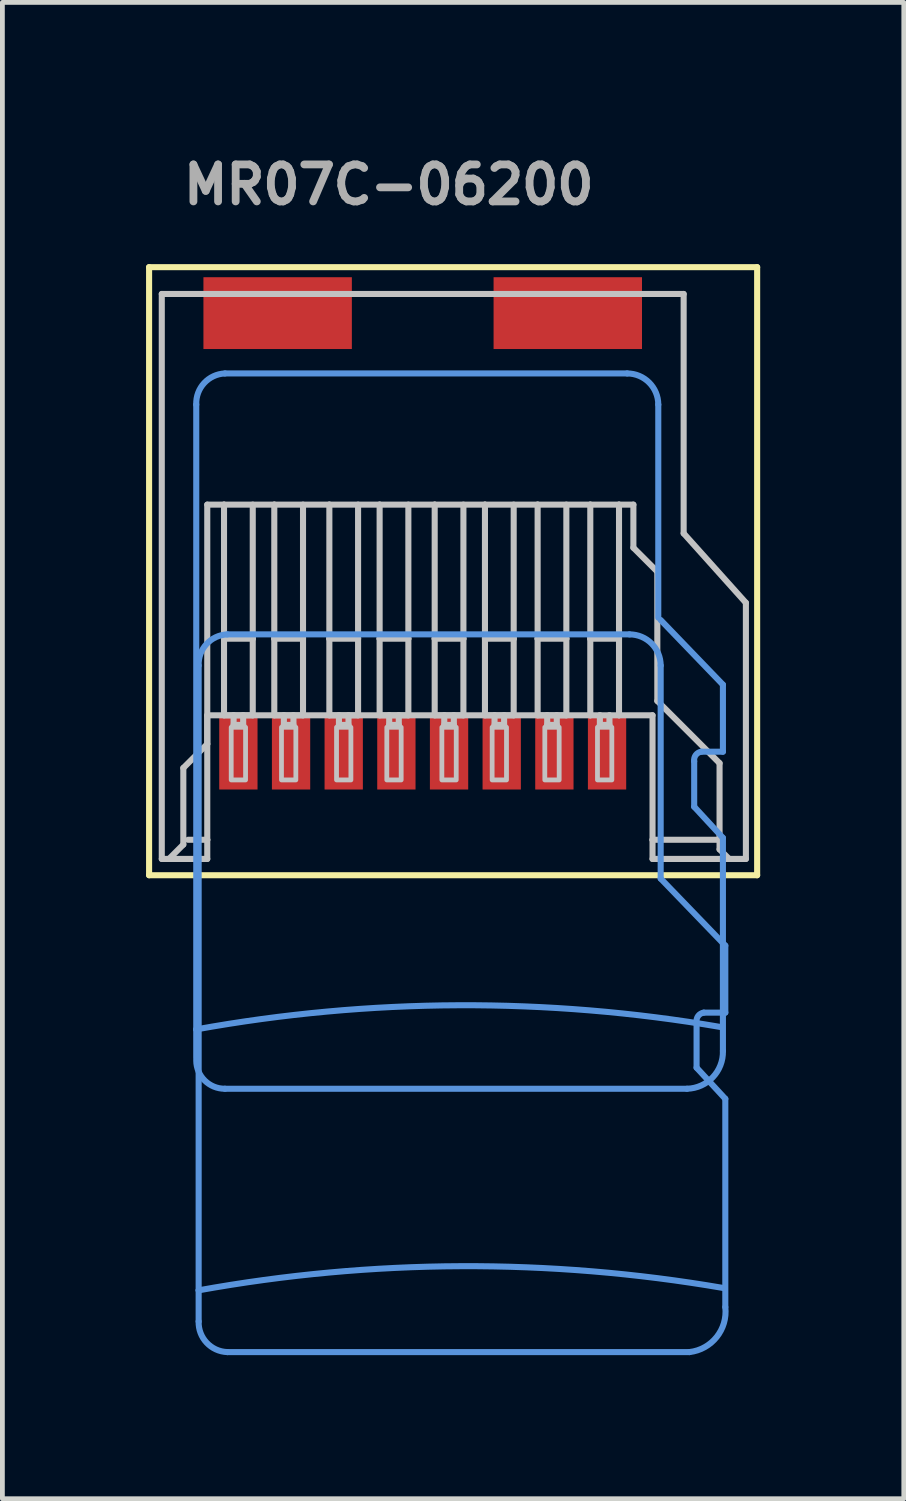
<source format=kicad_pcb>
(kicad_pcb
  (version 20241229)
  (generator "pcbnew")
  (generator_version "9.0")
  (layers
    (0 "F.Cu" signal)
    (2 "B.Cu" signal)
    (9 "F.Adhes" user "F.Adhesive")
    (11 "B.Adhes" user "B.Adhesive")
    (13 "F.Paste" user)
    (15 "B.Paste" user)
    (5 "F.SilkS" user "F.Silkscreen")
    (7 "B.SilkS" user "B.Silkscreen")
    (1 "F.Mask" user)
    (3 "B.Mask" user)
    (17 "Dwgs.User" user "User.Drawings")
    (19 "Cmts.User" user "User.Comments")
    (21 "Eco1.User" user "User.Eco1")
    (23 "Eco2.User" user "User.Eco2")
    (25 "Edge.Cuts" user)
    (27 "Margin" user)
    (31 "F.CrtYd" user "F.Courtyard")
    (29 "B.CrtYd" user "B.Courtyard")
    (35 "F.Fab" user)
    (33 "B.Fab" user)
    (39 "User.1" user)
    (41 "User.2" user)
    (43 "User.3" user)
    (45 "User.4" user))
  (footprint "MR07C-06200"
    (layer "F.Cu")
    (at 5.779 12.69)
    (property "Reference" "MR07C-06200" (at -5.08 -11.43 0) (layer "F.Fab") (effects (font (size 0.772 0.772) (thickness 0.163)) (justify left bottom)))
    (attr through_hole)
    (fp_line (start -5.715 -10.16) (end 6.985 -10.16) (stroke (width 0.127) (type solid)) (layer "F.SilkS"))
    (fp_line (start -5.715 2.54) (end -5.715 -10.16) (stroke (width 0.127) (type solid)) (layer "F.SilkS"))
    (fp_line (start 6.985 -10.16) (end 6.985 2.54) (stroke (width 0.127) (type solid)) (layer "F.SilkS"))
    (fp_line (start 6.985 2.54) (end -5.715 2.54) (stroke (width 0.127) (type solid)) (layer "F.SilkS"))
    (fp_line (start -5.45 2.2) (end -5.45 -9.6) (stroke (width 0.127) (type solid)) (layer "Dwgs.User"))
    (fp_line (start -5.45 2.2) (end -5.3 2.2) (stroke (width 0.127) (type solid)) (layer "Dwgs.User"))
    (fp_line (start -5.3 2.2) (end -4.5 2.2) (stroke (width 0.127) (type solid)) (layer "Dwgs.User"))
    (fp_line (start -5 0.3) (end -5 1.9) (stroke (width 0.127) (type solid)) (layer "Dwgs.User"))
    (fp_line (start -5 1.9) (end -5.3 2.2) (stroke (width 0.127) (type solid)) (layer "Dwgs.User"))
    (fp_line (start -4.5 -5.2) (end -4.5 -0.2) (stroke (width 0.127) (type solid)) (layer "Dwgs.User"))
    (fp_line (start -4.5 -0.8) (end -4.5 1.8) (stroke (width 0.127) (type solid)) (layer "Dwgs.User"))
    (fp_line (start -4.5 -0.2) (end -5 0.3) (stroke (width 0.127) (type solid)) (layer "Dwgs.User"))
    (fp_line (start -4.5 1.8) (end -4.9 1.8) (stroke (width 0.127) (type solid)) (layer "Dwgs.User"))
    (fp_line (start -4.5 1.8) (end -4.5 2.2) (stroke (width 0.127) (type solid)) (layer "Dwgs.User"))
    (fp_line (start -4.15 -5.2) (end -4.5 -5.2) (stroke (width 0.127) (type solid)) (layer "Dwgs.User"))
    (fp_line (start -4.15 -2.4) (end -4.15 -5.2) (stroke (width 0.127) (type solid)) (layer "Dwgs.User"))
    (fp_line (start -4.15 -0.8) (end -4.15 -2.4) (stroke (width 0.127) (type solid)) (layer "Dwgs.User"))
    (fp_line (start -3.95 -0.8) (end -4.15 -0.8) (stroke (width 0.127) (type solid)) (layer "Dwgs.User"))
    (fp_line (start -3.95 -0.6) (end -3.95 -0.8) (stroke (width 0.127) (type solid)) (layer "Dwgs.User"))
    (fp_line (start -3.75 -0.8) (end -3.95 -0.8) (stroke (width 0.127) (type solid)) (layer "Dwgs.User"))
    (fp_line (start -3.75 -0.8) (end -3.75 -0.6) (stroke (width 0.127) (type solid)) (layer "Dwgs.User"))
    (fp_line (start -3.75 -0.6) (end -3.95 -0.6) (stroke (width 0.127) (type solid)) (layer "Dwgs.User"))
    (fp_line (start -3.55 -5.2) (end -3.55 -2.4) (stroke (width 0.127) (type solid)) (layer "Dwgs.User"))
    (fp_line (start -3.55 -2.4) (end -4.15 -2.4) (stroke (width 0.127) (type solid)) (layer "Dwgs.User"))
    (fp_line (start -3.55 -2.4) (end -3.55 -0.8) (stroke (width 0.127) (type solid)) (layer "Dwgs.User"))
    (fp_line (start -3.55 -0.8) (end -3.75 -0.8) (stroke (width 0.127) (type solid)) (layer "Dwgs.User"))
    (fp_line (start -3.1 -5.2) (end -4.15 -5.2) (stroke (width 0.127) (type solid)) (layer "Dwgs.User"))
    (fp_line (start -3.1 -2.4) (end -3.1 -5.2) (stroke (width 0.127) (type solid)) (layer "Dwgs.User"))
    (fp_line (start -3.1 -0.8) (end -3.1 -2.4) (stroke (width 0.127) (type solid)) (layer "Dwgs.User"))
    (fp_line (start -2.9 -0.8) (end -3.1 -0.8) (stroke (width 0.127) (type solid)) (layer "Dwgs.User"))
    (fp_line (start -2.9 -0.6) (end -2.9 -0.8) (stroke (width 0.127) (type solid)) (layer "Dwgs.User"))
    (fp_line (start -2.7 -0.8) (end -2.9 -0.8) (stroke (width 0.127) (type solid)) (layer "Dwgs.User"))
    (fp_line (start -2.7 -0.8) (end -2.7 -0.6) (stroke (width 0.127) (type solid)) (layer "Dwgs.User"))
    (fp_line (start -2.7 -0.6) (end -2.9 -0.6) (stroke (width 0.127) (type solid)) (layer "Dwgs.User"))
    (fp_line (start -2.5 -5.2) (end -2.5 -2.4) (stroke (width 0.127) (type solid)) (layer "Dwgs.User"))
    (fp_line (start -2.5 -2.4) (end -3.1 -2.4) (stroke (width 0.127) (type solid)) (layer "Dwgs.User"))
    (fp_line (start -2.5 -2.4) (end -2.5 -0.8) (stroke (width 0.127) (type solid)) (layer "Dwgs.User"))
    (fp_line (start -2.5 -0.8) (end -2.7 -0.8) (stroke (width 0.127) (type solid)) (layer "Dwgs.User"))
    (fp_line (start -1.95 -5.2) (end -3.1 -5.2) (stroke (width 0.127) (type solid)) (layer "Dwgs.User"))
    (fp_line (start -1.95 -2.4) (end -1.95 -5.2) (stroke (width 0.127) (type solid)) (layer "Dwgs.User"))
    (fp_line (start -1.95 -0.8) (end -1.95 -2.4) (stroke (width 0.127) (type solid)) (layer "Dwgs.User"))
    (fp_line (start -1.75 -0.8) (end -1.95 -0.8) (stroke (width 0.127) (type solid)) (layer "Dwgs.User"))
    (fp_line (start -1.75 -0.6) (end -1.75 -0.8) (stroke (width 0.127) (type solid)) (layer "Dwgs.User"))
    (fp_line (start -1.55 -0.8) (end -1.75 -0.8) (stroke (width 0.127) (type solid)) (layer "Dwgs.User"))
    (fp_line (start -1.55 -0.8) (end -1.55 -0.6) (stroke (width 0.127) (type solid)) (layer "Dwgs.User"))
    (fp_line (start -1.55 -0.6) (end -1.75 -0.6) (stroke (width 0.127) (type solid)) (layer "Dwgs.User"))
    (fp_line (start -1.35 -5.2) (end -1.35 -2.4) (stroke (width 0.127) (type solid)) (layer "Dwgs.User"))
    (fp_line (start -1.35 -2.4) (end -1.95 -2.4) (stroke (width 0.127) (type solid)) (layer "Dwgs.User"))
    (fp_line (start -1.35 -2.4) (end -1.35 -0.8) (stroke (width 0.127) (type solid)) (layer "Dwgs.User"))
    (fp_line (start -1.35 -0.8) (end -1.55 -0.8) (stroke (width 0.127) (type solid)) (layer "Dwgs.User"))
    (fp_line (start -0.9 -5.2) (end -1.95 -5.2) (stroke (width 0.127) (type solid)) (layer "Dwgs.User"))
    (fp_line (start -0.9 -2.4) (end -0.9 -5.2) (stroke (width 0.127) (type solid)) (layer "Dwgs.User"))
    (fp_line (start -0.9 -0.8) (end -0.9 -2.4) (stroke (width 0.127) (type solid)) (layer "Dwgs.User"))
    (fp_line (start -0.7 -0.8) (end -0.9 -0.8) (stroke (width 0.127) (type solid)) (layer "Dwgs.User"))
    (fp_line (start -0.7 -0.6) (end -0.7 -0.8) (stroke (width 0.127) (type solid)) (layer "Dwgs.User"))
    (fp_line (start -0.5 -0.8) (end -0.7 -0.8) (stroke (width 0.127) (type solid)) (layer "Dwgs.User"))
    (fp_line (start -0.5 -0.8) (end -0.5 -0.6) (stroke (width 0.127) (type solid)) (layer "Dwgs.User"))
    (fp_line (start -0.5 -0.6) (end -0.7 -0.6) (stroke (width 0.127) (type solid)) (layer "Dwgs.User"))
    (fp_line (start -0.3 -5.2) (end -0.3 -2.4) (stroke (width 0.127) (type solid)) (layer "Dwgs.User"))
    (fp_line (start -0.3 -2.4) (end -0.9 -2.4) (stroke (width 0.127) (type solid)) (layer "Dwgs.User"))
    (fp_line (start -0.3 -2.4) (end -0.3 -0.8) (stroke (width 0.127) (type solid)) (layer "Dwgs.User"))
    (fp_line (start -0.3 -0.8) (end -0.5 -0.8) (stroke (width 0.127) (type solid)) (layer "Dwgs.User"))
    (fp_line (start 0.25 -5.2) (end -0.9 -5.2) (stroke (width 0.127) (type solid)) (layer "Dwgs.User"))
    (fp_line (start 0.25 -2.4) (end 0.25 -5.2) (stroke (width 0.127) (type solid)) (layer "Dwgs.User"))
    (fp_line (start 0.25 -0.8) (end 0.25 -2.4) (stroke (width 0.127) (type solid)) (layer "Dwgs.User"))
    (fp_line (start 0.45 -0.8) (end 0.25 -0.8) (stroke (width 0.127) (type solid)) (layer "Dwgs.User"))
    (fp_line (start 0.45 -0.6) (end 0.45 -0.8) (stroke (width 0.127) (type solid)) (layer "Dwgs.User"))
    (fp_line (start 0.65 -0.8) (end 0.45 -0.8) (stroke (width 0.127) (type solid)) (layer "Dwgs.User"))
    (fp_line (start 0.65 -0.8) (end 0.65 -0.6) (stroke (width 0.127) (type solid)) (layer "Dwgs.User"))
    (fp_line (start 0.65 -0.6) (end 0.45 -0.6) (stroke (width 0.127) (type solid)) (layer "Dwgs.User"))
    (fp_line (start 0.85 -5.2) (end 0.85 -2.4) (stroke (width 0.127) (type solid)) (layer "Dwgs.User"))
    (fp_line (start 0.85 -2.4) (end 0.25 -2.4) (stroke (width 0.127) (type solid)) (layer "Dwgs.User"))
    (fp_line (start 0.85 -2.4) (end 0.85 -0.8) (stroke (width 0.127) (type solid)) (layer "Dwgs.User"))
    (fp_line (start 0.85 -0.8) (end 0.65 -0.8) (stroke (width 0.127) (type solid)) (layer "Dwgs.User"))
    (fp_line (start 1.3 -5.2) (end 0.25 -5.2) (stroke (width 0.127) (type solid)) (layer "Dwgs.User"))
    (fp_line (start 1.3 -2.4) (end 1.3 -5.2) (stroke (width 0.127) (type solid)) (layer "Dwgs.User"))
    (fp_line (start 1.3 -0.8) (end 1.3 -2.4) (stroke (width 0.127) (type solid)) (layer "Dwgs.User"))
    (fp_line (start 1.5 -0.8) (end 1.3 -0.8) (stroke (width 0.127) (type solid)) (layer "Dwgs.User"))
    (fp_line (start 1.5 -0.6) (end 1.5 -0.8) (stroke (width 0.127) (type solid)) (layer "Dwgs.User"))
    (fp_line (start 1.7 -0.8) (end 1.5 -0.8) (stroke (width 0.127) (type solid)) (layer "Dwgs.User"))
    (fp_line (start 1.7 -0.8) (end 1.7 -0.6) (stroke (width 0.127) (type solid)) (layer "Dwgs.User"))
    (fp_line (start 1.7 -0.6) (end 1.5 -0.6) (stroke (width 0.127) (type solid)) (layer "Dwgs.User"))
    (fp_line (start 1.9 -5.2) (end 1.9 -2.4) (stroke (width 0.127) (type solid)) (layer "Dwgs.User"))
    (fp_line (start 1.9 -2.4) (end 1.3 -2.4) (stroke (width 0.127) (type solid)) (layer "Dwgs.User"))
    (fp_line (start 1.9 -2.4) (end 1.9 -0.8) (stroke (width 0.127) (type solid)) (layer "Dwgs.User"))
    (fp_line (start 1.9 -0.8) (end 1.7 -0.8) (stroke (width 0.127) (type solid)) (layer "Dwgs.User"))
    (fp_line (start 2.4 -5.2) (end 1.3 -5.2) (stroke (width 0.127) (type solid)) (layer "Dwgs.User"))
    (fp_line (start 2.4 -2.4) (end 2.4 -5.2) (stroke (width 0.127) (type solid)) (layer "Dwgs.User"))
    (fp_line (start 2.4 -0.8) (end 2.4 -2.4) (stroke (width 0.127) (type solid)) (layer "Dwgs.User"))
    (fp_line (start 2.6 -0.8) (end 2.4 -0.8) (stroke (width 0.127) (type solid)) (layer "Dwgs.User"))
    (fp_line (start 2.6 -0.6) (end 2.6 -0.8) (stroke (width 0.127) (type solid)) (layer "Dwgs.User"))
    (fp_line (start 2.8 -0.8) (end 2.6 -0.8) (stroke (width 0.127) (type solid)) (layer "Dwgs.User"))
    (fp_line (start 2.8 -0.8) (end 2.8 -0.6) (stroke (width 0.127) (type solid)) (layer "Dwgs.User"))
    (fp_line (start 2.8 -0.6) (end 2.6 -0.6) (stroke (width 0.127) (type solid)) (layer "Dwgs.User"))
    (fp_line (start 3 -5.2) (end 3 -2.4) (stroke (width 0.127) (type solid)) (layer "Dwgs.User"))
    (fp_line (start 3 -2.4) (end 2.4 -2.4) (stroke (width 0.127) (type solid)) (layer "Dwgs.User"))
    (fp_line (start 3 -2.4) (end 3 -0.8) (stroke (width 0.127) (type solid)) (layer "Dwgs.User"))
    (fp_line (start 3 -0.8) (end 2.8 -0.8) (stroke (width 0.127) (type solid)) (layer "Dwgs.User"))
    (fp_line (start 3.5 -5.2) (end 2.4 -5.2) (stroke (width 0.127) (type solid)) (layer "Dwgs.User"))
    (fp_line (start 3.5 -2.4) (end 3.5 -5.2) (stroke (width 0.127) (type solid)) (layer "Dwgs.User"))
    (fp_line (start 3.5 -0.8) (end -4.5 -0.8) (stroke (width 0.127) (type solid)) (layer "Dwgs.User"))
    (fp_line (start 3.5 -0.8) (end 3.5 -2.4) (stroke (width 0.127) (type solid)) (layer "Dwgs.User"))
    (fp_line (start 3.7 -0.8) (end 3.5 -0.8) (stroke (width 0.127) (type solid)) (layer "Dwgs.User"))
    (fp_line (start 3.7 -0.6) (end 3.7 -0.8) (stroke (width 0.127) (type solid)) (layer "Dwgs.User"))
    (fp_line (start 3.9 -0.8) (end 3.7 -0.8) (stroke (width 0.127) (type solid)) (layer "Dwgs.User"))
    (fp_line (start 3.9 -0.8) (end 3.9 -0.6) (stroke (width 0.127) (type solid)) (layer "Dwgs.User"))
    (fp_line (start 3.9 -0.6) (end 3.7 -0.6) (stroke (width 0.127) (type solid)) (layer "Dwgs.User"))
    (fp_line (start 4.1 -5.2) (end 3.5 -5.2) (stroke (width 0.127) (type solid)) (layer "Dwgs.User"))
    (fp_line (start 4.1 -5.2) (end 4.1 -2.4) (stroke (width 0.127) (type solid)) (layer "Dwgs.User"))
    (fp_line (start 4.1 -2.4) (end 3.5 -2.4) (stroke (width 0.127) (type solid)) (layer "Dwgs.User"))
    (fp_line (start 4.1 -2.4) (end 4.1 -0.8) (stroke (width 0.127) (type solid)) (layer "Dwgs.User"))
    (fp_line (start 4.1 -0.8) (end 3.9 -0.8) (stroke (width 0.127) (type solid)) (layer "Dwgs.User"))
    (fp_line (start 4.4 -5.2) (end 4.1 -5.2) (stroke (width 0.127) (type solid)) (layer "Dwgs.User"))
    (fp_line (start 4.4 -4.3) (end 4.4 -5.2) (stroke (width 0.127) (type solid)) (layer "Dwgs.User"))
    (fp_line (start 4.8 -0.8) (end 4.1 -0.8) (stroke (width 0.127) (type solid)) (layer "Dwgs.User"))
    (fp_line (start 4.8 1.8) (end 4.8 -0.8) (stroke (width 0.127) (type solid)) (layer "Dwgs.User"))
    (fp_line (start 4.8 1.8) (end 6.2 1.8) (stroke (width 0.127) (type solid)) (layer "Dwgs.User"))
    (fp_line (start 4.8 2.2) (end 4.8 1.8) (stroke (width 0.127) (type solid)) (layer "Dwgs.User"))
    (fp_line (start 4.8 2.2) (end 6.4 2.2) (stroke (width 0.127) (type solid)) (layer "Dwgs.User"))
    (fp_line (start 4.9 -3.8) (end 4.4 -4.3) (stroke (width 0.127) (type solid)) (layer "Dwgs.User"))
    (fp_line (start 4.9 -1.1) (end 4.9 -3.8) (stroke (width 0.127) (type solid)) (layer "Dwgs.User"))
    (fp_line (start 5.45 -9.6) (end -5.45 -9.6) (stroke (width 0.127) (type solid)) (layer "Dwgs.User"))
    (fp_line (start 5.45 -4.6) (end 5.45 -9.6) (stroke (width 0.127) (type solid)) (layer "Dwgs.User"))
    (fp_line (start 6.2 0.2) (end 4.9 -1.1) (stroke (width 0.127) (type solid)) (layer "Dwgs.User"))
    (fp_line (start 6.2 1.8) (end 6.2 0.2) (stroke (width 0.127) (type solid)) (layer "Dwgs.User"))
    (fp_line (start 6.2 2) (end 6.2 1.8) (stroke (width 0.127) (type solid)) (layer "Dwgs.User"))
    (fp_line (start 6.4 2.2) (end 6.2 2) (stroke (width 0.127) (type solid)) (layer "Dwgs.User"))
    (fp_line (start 6.4 2.2) (end 6.75 2.2) (stroke (width 0.127) (type solid)) (layer "Dwgs.User"))
    (fp_line (start 6.75 -3.15) (end 5.45 -4.6) (stroke (width 0.127) (type solid)) (layer "Dwgs.User"))
    (fp_line (start 6.75 2.2) (end 6.75 -3.15) (stroke (width 0.127) (type solid)) (layer "Dwgs.User"))
    (fp_poly (pts (xy -4 0.55) (xy -3.7 0.55) (xy -3.7 -0.55) (xy -4 -0.55)) (stroke (width 0.1) (type solid)) (fill no) (layer "Dwgs.User"))
    (fp_poly (pts (xy -2.95 0.55) (xy -2.65 0.55) (xy -2.65 -0.55) (xy -2.95 -0.55)) (stroke (width 0.1) (type solid)) (fill no) (layer "Dwgs.User"))
    (fp_poly (pts (xy -1.8 0.55) (xy -1.5 0.55) (xy -1.5 -0.55) (xy -1.8 -0.55)) (stroke (width 0.1) (type solid)) (fill no) (layer "Dwgs.User"))
    (fp_poly (pts (xy -0.75 0.55) (xy -0.45 0.55) (xy -0.45 -0.55) (xy -0.75 -0.55)) (stroke (width 0.1) (type solid)) (fill no) (layer "Dwgs.User"))
    (fp_poly (pts (xy 0.4 0.55) (xy 0.7 0.55) (xy 0.7 -0.55) (xy 0.4 -0.55)) (stroke (width 0.1) (type solid)) (fill no) (layer "Dwgs.User"))
    (fp_poly (pts (xy 1.45 0.55) (xy 1.75 0.55) (xy 1.75 -0.55) (xy 1.45 -0.55)) (stroke (width 0.1) (type solid)) (fill no) (layer "Dwgs.User"))
    (fp_poly (pts (xy 2.55 0.55) (xy 2.85 0.55) (xy 2.85 -0.55) (xy 2.55 -0.55)) (stroke (width 0.1) (type solid)) (fill no) (layer "Dwgs.User"))
    (fp_poly (pts (xy 3.65 0.55) (xy 3.95 0.55) (xy 3.95 -0.55) (xy 3.65 -0.55)) (stroke (width 0.1) (type solid)) (fill no) (layer "Dwgs.User"))
    (fp_line (start -4.73 5.76) (end -4.73 -7.29) (stroke (width 0.127) (type solid)) (layer "Cmts.User"))
    (fp_line (start -4.73 6.36) (end -4.73 5.76) (stroke (width 0.127) (type solid)) (layer "Cmts.User"))
    (fp_line (start -4.68 -1.84) (end -4.68 11.21) (stroke (width 0.127) (type solid)) (layer "Cmts.User"))
    (fp_line (start -4.68 11.21) (end -4.68 11.86) (stroke (width 0.127) (type solid)) (layer "Cmts.User"))
    (fp_line (start -4.13 7) (end 5.52 7) (stroke (width 0.127) (type solid)) (layer "Cmts.User"))
    (fp_line (start -4.08 12.5) (end 5.57 12.5) (stroke (width 0.127) (type solid)) (layer "Cmts.User"))
    (fp_line (start 4.27 -7.94) (end -4.13 -7.94) (stroke (width 0.127) (type solid)) (layer "Cmts.User"))
    (fp_line (start 4.32 -2.49) (end -4.08 -2.49) (stroke (width 0.127) (type solid)) (layer "Cmts.User"))
    (fp_line (start 4.92 -2.84) (end 4.92 -7.29) (stroke (width 0.127) (type solid)) (layer "Cmts.User"))
    (fp_line (start 4.97 2.61) (end 4.97 -1.84) (stroke (width 0.127) (type solid)) (layer "Cmts.User"))
    (fp_line (start 5.67 1.11) (end 5.67 0.16) (stroke (width 0.127) (type solid)) (layer "Cmts.User"))
    (fp_line (start 5.72 6.56) (end 5.72 5.61) (stroke (width 0.127) (type solid)) (layer "Cmts.User"))
    (fp_line (start 6.27 -1.44) (end 4.97 -2.79) (stroke (width 0.127) (type solid)) (layer "Cmts.User"))
    (fp_line (start 6.27 -0.04) (end 5.82 -0.04) (stroke (width 0.127) (type solid)) (layer "Cmts.User"))
    (fp_line (start 6.27 -0.04) (end 6.27 -1.44) (stroke (width 0.127) (type solid)) (layer "Cmts.User"))
    (fp_line (start 6.27 1.76) (end 5.67 1.11) (stroke (width 0.127) (type solid)) (layer "Cmts.User"))
    (fp_line (start 6.27 6.21) (end 6.27 1.76) (stroke (width 0.127) (type solid)) (layer "Cmts.User"))
    (fp_line (start 6.32 4.01) (end 4.97 2.61) (stroke (width 0.127) (type solid)) (layer "Cmts.User"))
    (fp_line (start 6.32 5.41) (end 5.87 5.41) (stroke (width 0.127) (type solid)) (layer "Cmts.User"))
    (fp_line (start 6.32 5.41) (end 6.32 4.01) (stroke (width 0.127) (type solid)) (layer "Cmts.User"))
    (fp_line (start 6.32 7.21) (end 5.72 6.56) (stroke (width 0.127) (type solid)) (layer "Cmts.User"))
    (fp_line (start 6.32 11.56) (end 6.32 7.21) (stroke (width 0.127) (type solid)) (layer "Cmts.User"))
    (fp_arc (start -4.73 -7.29) (mid -4.564619 -7.739264) (end -4.13 -7.94) (stroke (width 0.127) (type solid)) (layer "Cmts.User"))
    (fp_arc (start -4.73 5.76) (mid 0.742813 5.256) (end 6.22 5.71) (stroke (width 0.127) (type solid)) (layer "Cmts.User"))
    (fp_arc (start -4.68 -1.84) (mid -4.514619 -2.289264) (end -4.08 -2.49) (stroke (width 0.127) (type solid)) (layer "Cmts.User"))
    (fp_arc (start -4.68 11.21) (mid 0.792813 10.706) (end 6.27 11.16) (stroke (width 0.127) (type solid)) (layer "Cmts.User"))
    (fp_arc (start -4.13 7) (mid -4.552193 6.829264) (end -4.73 6.41) (stroke (width 0.127) (type solid)) (layer "Cmts.User"))
    (fp_arc (start -4.08 12.5) (mid -4.512548 12.304264) (end -4.68 11.86) (stroke (width 0.127) (type solid)) (layer "Cmts.User"))
    (fp_arc (start 4.27 -7.94) (mid 4.729619 -7.749619) (end 4.92 -7.29) (stroke (width 0.127) (type solid)) (layer "Cmts.User"))
    (fp_arc (start 4.32 -2.49) (mid 4.779619 -2.299619) (end 4.97 -1.84) (stroke (width 0.127) (type solid)) (layer "Cmts.User"))
    (fp_arc (start 5.67 0.16) (mid 5.703579 0.028934) (end 5.82 -0.04) (stroke (width 0.127) (type solid)) (layer "Cmts.User"))
    (fp_arc (start 5.72 5.61) (mid 5.753579 5.478934) (end 5.87 5.41) (stroke (width 0.127) (type solid)) (layer "Cmts.User"))
    (fp_arc (start 6.27 6.21) (mid 6.058614 6.76033) (end 5.52 7) (stroke (width 0.127) (type solid)) (layer "Cmts.User"))
    (fp_arc (start 6.32 11.56) (mid 6.13968 12.18533) (end 5.57 12.5) (stroke (width 0.127) (type solid)) (layer "Cmts.User"))
    (pad "G1" smd rect (at 3.03 -9.2) (size 3.1 1.5) (layers "F.Cu" "F.Mask" "F.Paste"))
    (pad "G2" smd rect (at -3.03 -9.2) (size 3.1 1.5) (layers "F.Cu" "F.Mask" "F.Paste"))
    (pad "P1" smd rect (at 3.85 0) (size 0.8 1.5) (layers "F.Cu" "F.Mask" "F.Paste"))
    (pad "P2" smd rect (at 2.75 0) (size 0.8 1.5) (layers "F.Cu" "F.Mask" "F.Paste"))
    (pad "P3" smd rect (at 1.65 0) (size 0.8 1.5) (layers "F.Cu" "F.Mask" "F.Paste"))
    (pad "P4" smd rect (at 0.55 0) (size 0.8 1.5) (layers "F.Cu" "F.Mask" "F.Paste"))
    (pad "P5" smd rect (at -0.55 0) (size 0.8 1.5) (layers "F.Cu" "F.Mask" "F.Paste"))
    (pad "P6" smd rect (at -1.65 0) (size 0.8 1.5) (layers "F.Cu" "F.Mask" "F.Paste"))
    (pad "P7" smd rect (at -2.75 0) (size 0.8 1.5) (layers "F.Cu" "F.Mask" "F.Paste"))
    (pad "P8" smd rect (at -3.85 0) (size 0.8 1.5) (layers "F.Cu" "F.Mask" "F.Paste")))
  (gr_rect
    (start -3 -3)
    (end 15.827 28.253)
    (stroke (width 0.1) (type default))
    (fill no)
    (layer "Edge.Cuts")))
</source>
